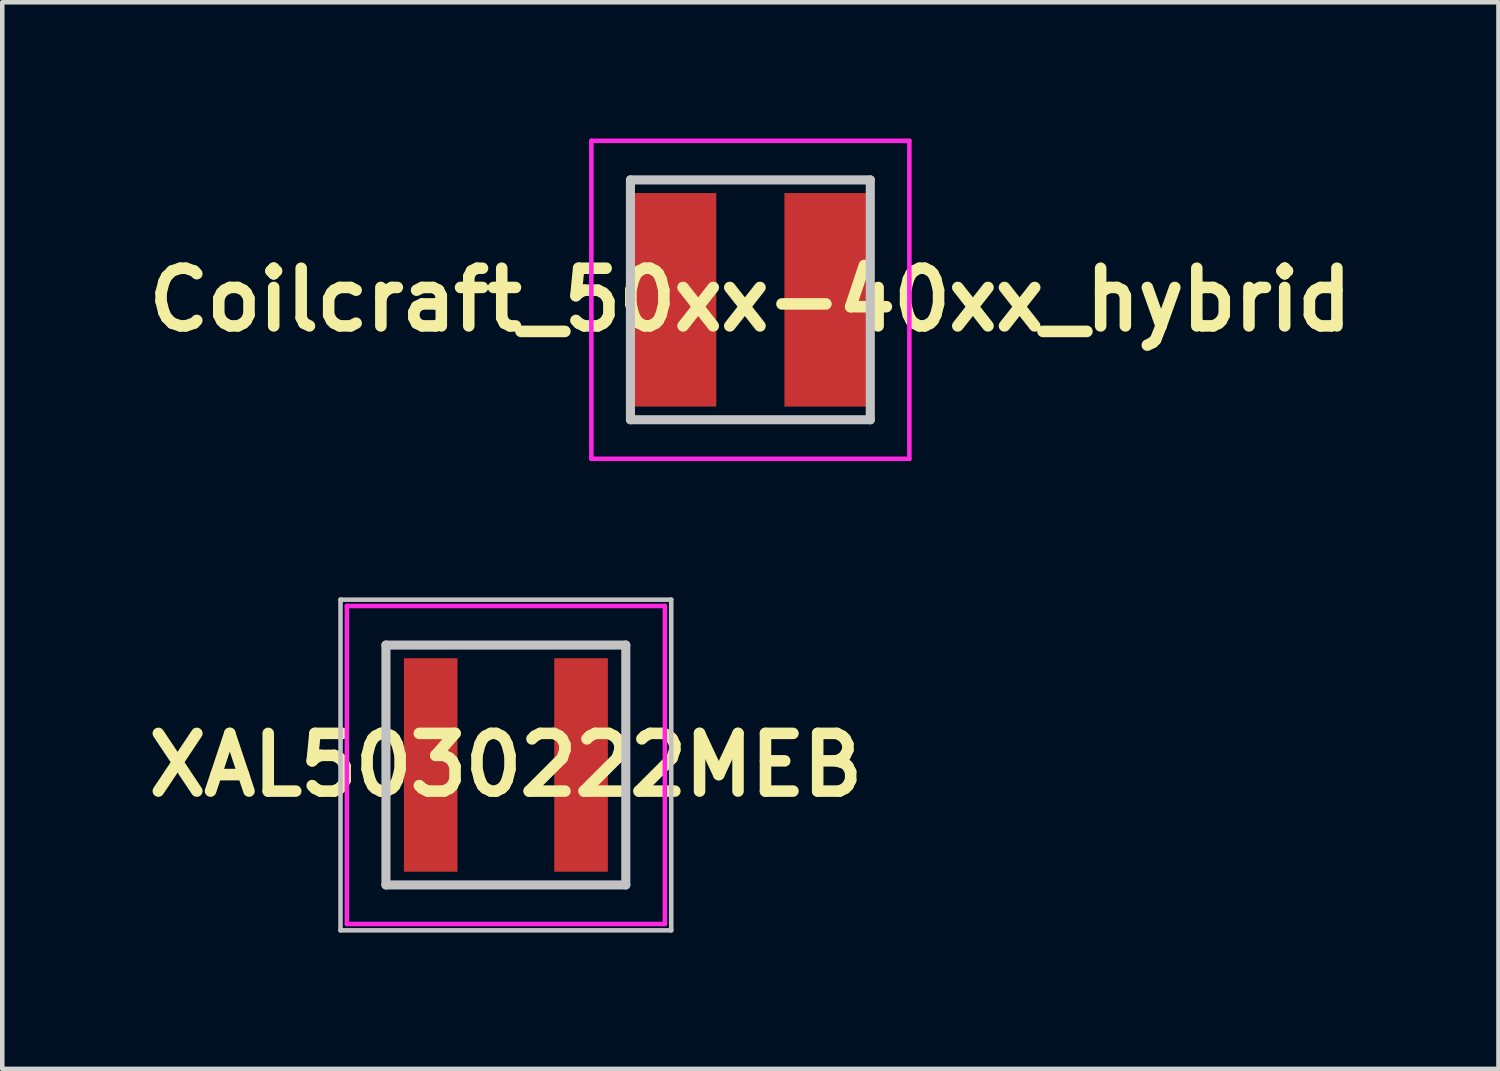
<source format=kicad_pcb>
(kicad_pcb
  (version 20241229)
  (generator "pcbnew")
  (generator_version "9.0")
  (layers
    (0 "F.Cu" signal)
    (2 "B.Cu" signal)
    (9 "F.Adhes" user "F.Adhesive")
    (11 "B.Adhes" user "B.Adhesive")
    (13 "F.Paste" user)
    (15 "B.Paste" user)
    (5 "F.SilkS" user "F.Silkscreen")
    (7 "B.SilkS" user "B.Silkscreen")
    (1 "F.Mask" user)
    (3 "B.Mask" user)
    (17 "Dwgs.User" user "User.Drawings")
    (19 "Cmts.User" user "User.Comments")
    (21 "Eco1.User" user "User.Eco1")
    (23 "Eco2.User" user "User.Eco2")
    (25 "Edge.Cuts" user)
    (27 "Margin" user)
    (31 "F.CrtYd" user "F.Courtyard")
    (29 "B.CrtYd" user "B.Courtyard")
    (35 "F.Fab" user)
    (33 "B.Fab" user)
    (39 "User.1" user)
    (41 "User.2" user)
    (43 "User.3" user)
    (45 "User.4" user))
  (footprint "Coilcraft_50xx-40xx_hybrid"
    (layer "F.Cu")
    (at 13.468 3.55)
    (property "Reference" "Coilcraft_50xx-40xx_hybrid" (at 0 0 0) (layer "F.SilkS") (effects (font (size 1.27 1.27) (thickness 0.254))))
    (attr smd)
    (fp_line (start -2.64 -2.64) (end 2.64 -2.64) (stroke (width 0.2) (type solid)) (layer "Dwgs.User"))
    (fp_line (start -2.64 2.64) (end -2.64 -2.64) (stroke (width 0.2) (type solid)) (layer "Dwgs.User"))
    (fp_line (start 2.64 -2.64) (end 2.64 2.64) (stroke (width 0.2) (type solid)) (layer "Dwgs.User"))
    (fp_line (start 2.64 2.64) (end -2.64 2.64) (stroke (width 0.2) (type solid)) (layer "Dwgs.User"))
    (fp_line (start -3.5 -3.5) (end 3.5 -3.5) (stroke (width 0.1) (type solid)) (layer "F.CrtYd"))
    (fp_line (start -3.5 3.5) (end -3.5 -3.5) (stroke (width 0.1) (type solid)) (layer "F.CrtYd"))
    (fp_line (start 3.5 -3.5) (end 3.5 3.5) (stroke (width 0.1) (type solid)) (layer "F.CrtYd"))
    (fp_line (start 3.5 3.5) (end -3.5 3.5) (stroke (width 0.1) (type solid)) (layer "F.CrtYd"))
    (pad "1" smd rect (at -1.675 0) (size 1.85 4.7) (layers "F.Cu" "F.Mask" "F.Paste"))
    (pad "2" smd rect (at 1.675 0) (size 1.85 4.7) (layers "F.Cu" "F.Mask" "F.Paste")))
  (footprint "XAL5030222MEB"
    (layer "F.Cu")
    (at 8.086 13.79)
    (property "Reference" "XAL5030222MEB" (at 0 0 0) (layer "F.SilkS") (effects (font (size 1.27 1.27) (thickness 0.254))))
    (attr smd)
    (fp_line (start -2.64 -2.64) (end 2.64 -2.64) (stroke (width 0.1) (type solid)) (layer "F.SilkS"))
    (fp_line (start -2.64 2.64) (end -2.64 -2.64) (stroke (width 0.1) (type solid)) (layer "F.SilkS"))
    (fp_line (start 2.64 -2.64) (end 2.64 2.64) (stroke (width 0.1) (type solid)) (layer "F.SilkS"))
    (fp_line (start 2.64 2.64) (end -2.64 2.64) (stroke (width 0.1) (type solid)) (layer "F.SilkS"))
    (fp_line (start -3.64 -3.64) (end 3.64 -3.64) (stroke (width 0.1) (type solid)) (layer "Dwgs.User"))
    (fp_line (start -3.64 3.64) (end -3.64 -3.64) (stroke (width 0.1) (type solid)) (layer "Dwgs.User"))
    (fp_line (start -2.64 -2.64) (end 2.64 -2.64) (stroke (width 0.2) (type solid)) (layer "Dwgs.User"))
    (fp_line (start -2.64 2.64) (end -2.64 -2.64) (stroke (width 0.2) (type solid)) (layer "Dwgs.User"))
    (fp_line (start 2.64 -2.64) (end 2.64 2.64) (stroke (width 0.2) (type solid)) (layer "Dwgs.User"))
    (fp_line (start 2.64 2.64) (end -2.64 2.64) (stroke (width 0.2) (type solid)) (layer "Dwgs.User"))
    (fp_line (start 3.64 -3.64) (end 3.64 3.64) (stroke (width 0.1) (type solid)) (layer "Dwgs.User"))
    (fp_line (start 3.64 3.64) (end -3.64 3.64) (stroke (width 0.1) (type solid)) (layer "Dwgs.User"))
    (fp_line (start -3.5 -3.5) (end 3.5 -3.5) (stroke (width 0.1) (type solid)) (layer "F.CrtYd"))
    (fp_line (start -3.5 3.5) (end -3.5 -3.5) (stroke (width 0.1) (type solid)) (layer "F.CrtYd"))
    (fp_line (start 3.5 -3.5) (end 3.5 3.5) (stroke (width 0.1) (type solid)) (layer "F.CrtYd"))
    (fp_line (start 3.5 3.5) (end -3.5 3.5) (stroke (width 0.1) (type solid)) (layer "F.CrtYd"))
    (pad "1" smd rect (at -1.655 0) (size 1.18 4.7) (layers "F.Cu" "F.Mask" "F.Paste"))
    (pad "2" smd rect (at 1.655 0) (size 1.18 4.7) (layers "F.Cu" "F.Mask" "F.Paste")))
  (gr_rect
    (start -3 -3)
    (end 29.936 20.48)
    (stroke (width 0.1) (type default))
    (fill no)
    (layer "Edge.Cuts")))
</source>
